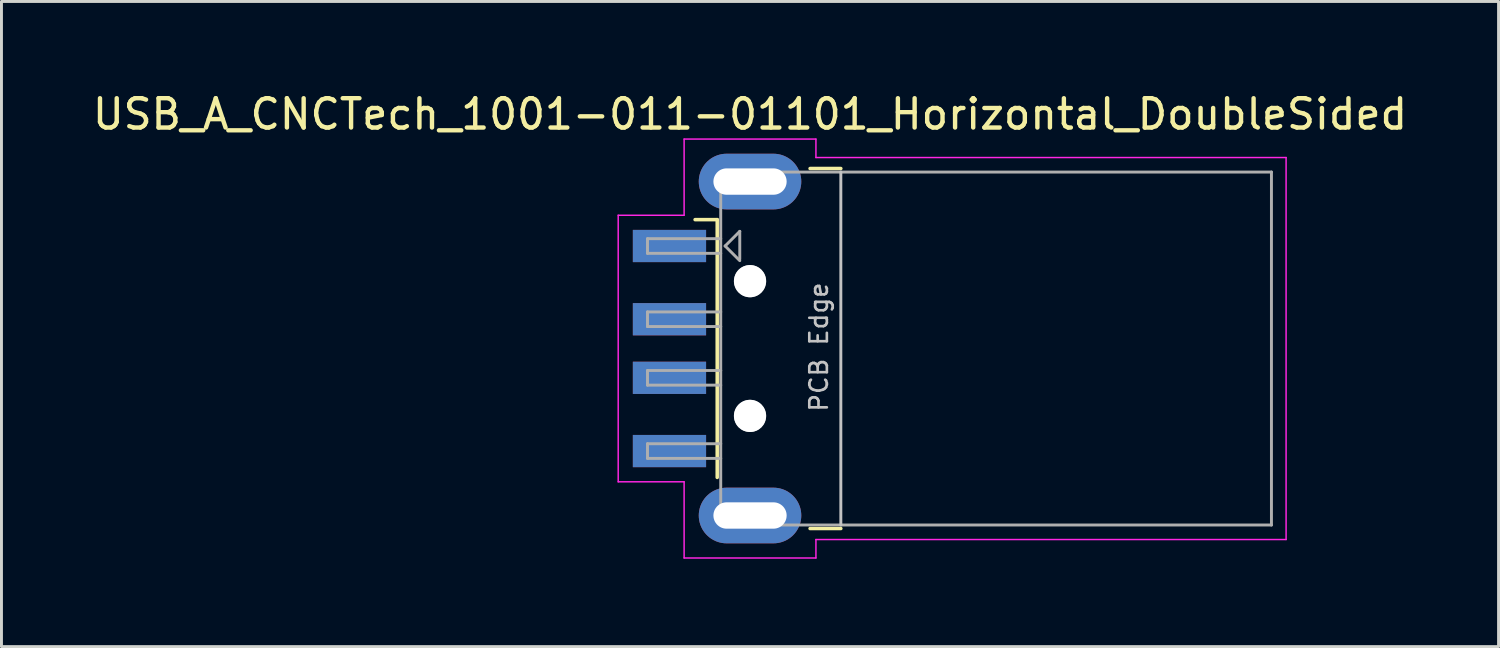
<source format=kicad_pcb>
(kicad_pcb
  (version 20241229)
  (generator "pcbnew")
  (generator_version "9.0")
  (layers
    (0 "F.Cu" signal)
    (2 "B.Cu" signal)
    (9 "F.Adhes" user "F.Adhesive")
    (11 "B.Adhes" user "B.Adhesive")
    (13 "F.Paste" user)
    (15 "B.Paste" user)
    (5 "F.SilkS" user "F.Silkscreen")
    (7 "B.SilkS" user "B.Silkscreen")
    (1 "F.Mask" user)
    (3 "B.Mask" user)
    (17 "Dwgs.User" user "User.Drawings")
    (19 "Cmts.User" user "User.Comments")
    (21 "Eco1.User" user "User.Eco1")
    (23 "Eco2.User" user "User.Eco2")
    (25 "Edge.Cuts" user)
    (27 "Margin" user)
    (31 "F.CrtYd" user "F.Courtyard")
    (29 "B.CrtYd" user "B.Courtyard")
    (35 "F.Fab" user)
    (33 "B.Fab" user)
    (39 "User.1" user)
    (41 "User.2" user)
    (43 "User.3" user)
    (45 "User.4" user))
  (footprint "USB_A_CNCTech_1001-011-01101_Horizontal_DoubleSided"
    (layer "F.Cu")
    (at 29.454 8.848)
    (property "Reference" "USB_A_CNCTech_1001-011-01101_Horizontal_DoubleSided" (at -6.9 -8 180) (layer "F.SilkS") (effects (font (size 1 1) (thickness 0.15))))
    (attr smd)
    (fp_line (start -8.02 -4.4) (end -8.775 -4.4) (stroke (width 0.12) (type solid)) (layer "F.SilkS"))
    (fp_line (start -8.02 -4.4) (end -8.02 4.4) (stroke (width 0.12) (type solid)) (layer "F.SilkS"))
    (fp_line (start -4.85 -6.145) (end -3.8 -6.145) (stroke (width 0.12) (type solid)) (layer "F.SilkS"))
    (fp_line (start -4.85 6.145) (end -3.8 6.145) (stroke (width 0.12) (type solid)) (layer "F.SilkS"))
    (fp_line (start -3.8 6.025) (end -3.8 -6.025) (stroke (width 0.1) (type solid)) (layer "Dwgs.User"))
    (fp_line (start -11.4 -4.55) (end -9.15 -4.55) (stroke (width 0.05) (type solid)) (layer "F.CrtYd"))
    (fp_line (start -11.4 4.55) (end -11.4 -4.55) (stroke (width 0.05) (type solid)) (layer "F.CrtYd"))
    (fp_line (start -11.4 4.55) (end -9.15 4.55) (stroke (width 0.05) (type solid)) (layer "F.CrtYd"))
    (fp_line (start -9.15 -7.15) (end -9.15 -4.55) (stroke (width 0.05) (type solid)) (layer "F.CrtYd"))
    (fp_line (start -9.15 -7.15) (end -4.65 -7.15) (stroke (width 0.05) (type solid)) (layer "F.CrtYd"))
    (fp_line (start -9.15 4.55) (end -9.15 7.15) (stroke (width 0.05) (type solid)) (layer "F.CrtYd"))
    (fp_line (start -9.15 7.15) (end -4.65 7.15) (stroke (width 0.05) (type solid)) (layer "F.CrtYd"))
    (fp_line (start -4.65 -6.52) (end -4.65 -7.15) (stroke (width 0.05) (type solid)) (layer "F.CrtYd"))
    (fp_line (start -4.65 -6.52) (end 11.4 -6.52) (stroke (width 0.05) (type solid)) (layer "F.CrtYd"))
    (fp_line (start -4.65 6.52) (end 11.4 6.52) (stroke (width 0.05) (type solid)) (layer "F.CrtYd"))
    (fp_line (start -4.65 7.15) (end -4.65 6.52) (stroke (width 0.05) (type solid)) (layer "F.CrtYd"))
    (fp_line (start 11.4 6.52) (end 11.4 -6.52) (stroke (width 0.05) (type solid)) (layer "F.CrtYd"))
    (fp_line (start -10.4 -3.75) (end -7.9 -3.75) (stroke (width 0.1) (type solid)) (layer "F.Fab"))
    (fp_line (start -10.4 -3.25) (end -10.4 -3.75) (stroke (width 0.1) (type solid)) (layer "F.Fab"))
    (fp_line (start -10.4 -3.25) (end -7.9 -3.25) (stroke (width 0.1) (type solid)) (layer "F.Fab"))
    (fp_line (start -10.4 -1.25) (end -7.9 -1.25) (stroke (width 0.1) (type solid)) (layer "F.Fab"))
    (fp_line (start -10.4 -0.75) (end -10.4 -1.25) (stroke (width 0.1) (type solid)) (layer "F.Fab"))
    (fp_line (start -10.4 -0.75) (end -7.9 -0.75) (stroke (width 0.1) (type solid)) (layer "F.Fab"))
    (fp_line (start -10.4 0.75) (end -7.9 0.75) (stroke (width 0.1) (type solid)) (layer "F.Fab"))
    (fp_line (start -10.4 1.25) (end -10.4 0.75) (stroke (width 0.1) (type solid)) (layer "F.Fab"))
    (fp_line (start -10.4 1.25) (end -7.9 1.25) (stroke (width 0.1) (type solid)) (layer "F.Fab"))
    (fp_line (start -10.4 3.25) (end -7.9 3.25) (stroke (width 0.1) (type solid)) (layer "F.Fab"))
    (fp_line (start -10.4 3.75) (end -10.4 3.25) (stroke (width 0.1) (type solid)) (layer "F.Fab"))
    (fp_line (start -10.4 3.75) (end -7.9 3.75) (stroke (width 0.1) (type solid)) (layer "F.Fab"))
    (fp_line (start -7.9 -6.025) (end 10.9 -6.025) (stroke (width 0.1) (type solid)) (layer "F.Fab"))
    (fp_line (start -7.9 6.025) (end -7.9 -6.025) (stroke (width 0.1) (type solid)) (layer "F.Fab"))
    (fp_line (start -7.9 6.025) (end 10.9 6.025) (stroke (width 0.1) (type solid)) (layer "F.Fab"))
    (fp_line (start -7.75 -3.5) (end -7.25 -4) (stroke (width 0.1) (type solid)) (layer "F.Fab"))
    (fp_line (start -7.75 -3.5) (end -7.25 -3) (stroke (width 0.1) (type solid)) (layer "F.Fab"))
    (fp_line (start -7.25 -4) (end -7.25 -3.05) (stroke (width 0.1) (type solid)) (layer "F.Fab"))
    (fp_line (start 10.9 6.025) (end 10.9 -6.025) (stroke (width 0.1) (type solid)) (layer "F.Fab"))
    (fp_circle (center -6.9 -2.3) (end -6.9 -2.8) (stroke (width 0.1) (type solid)) (fill no) (layer "F.Fab"))
    (fp_circle (center -6.9 2.3) (end -6.9 2.8) (stroke (width 0.1) (type solid)) (fill no) (layer "F.Fab"))
    (fp_text user "PCB Edge" (at -4.55 -0.05 90) (layer "Dwgs.User") (effects (font (size 0.6 0.6) (thickness 0.09))))
    (pad "" np_thru_hole circle (at -6.9 -2.3) (size 1.1 1.1) (drill 1.1) (layers "*.Cu" "*.Mask"))
    (pad "" np_thru_hole circle (at -6.9 2.3) (size 1.1 1.1) (drill 1.1) (layers "*.Cu" "*.Mask"))
    (pad "1" smd rect (at -9.65 -3.5) (size 2.5 1.1) (layers "F.Cu" "F.Mask"))
    (pad "1" smd rect (at -9.65 3.5) (size 2.5 1.1) (layers "B.Cu" "B.Mask"))
    (pad "2" smd rect (at -9.65 -1) (size 2.5 1.1) (layers "F.Cu" "F.Mask"))
    (pad "2" smd rect (at -9.65 1) (size 2.5 1.1) (layers "B.Cu" "B.Mask"))
    (pad "3" smd rect (at -9.65 -1) (size 2.5 1.1) (layers "B.Cu" "B.Mask"))
    (pad "3" smd rect (at -9.65 1) (size 2.5 1.1) (layers "F.Cu" "F.Mask"))
    (pad "4" smd rect (at -9.65 -3.5) (size 2.5 1.1) (layers "B.Cu" "B.Mask"))
    (pad "4" smd rect (at -9.65 3.5) (size 2.5 1.1) (layers "F.Cu" "F.Mask"))
    (pad "5" thru_hole oval (at -6.9 -5.7) (size 3.5 1.9) (drill oval 2.5 0.9) (layers "*.Cu" "*.Mask"))
    (pad "5" thru_hole oval (at -6.9 5.7) (size 3.5 1.9) (drill oval 2.5 0.9) (layers "*.Cu" "*.Mask")))
  (gr_rect
    (start -3 -3)
    (end 48.107 19.023)
    (stroke (width 0.1) (type default))
    (fill no)
    (layer "Edge.Cuts")))
</source>
